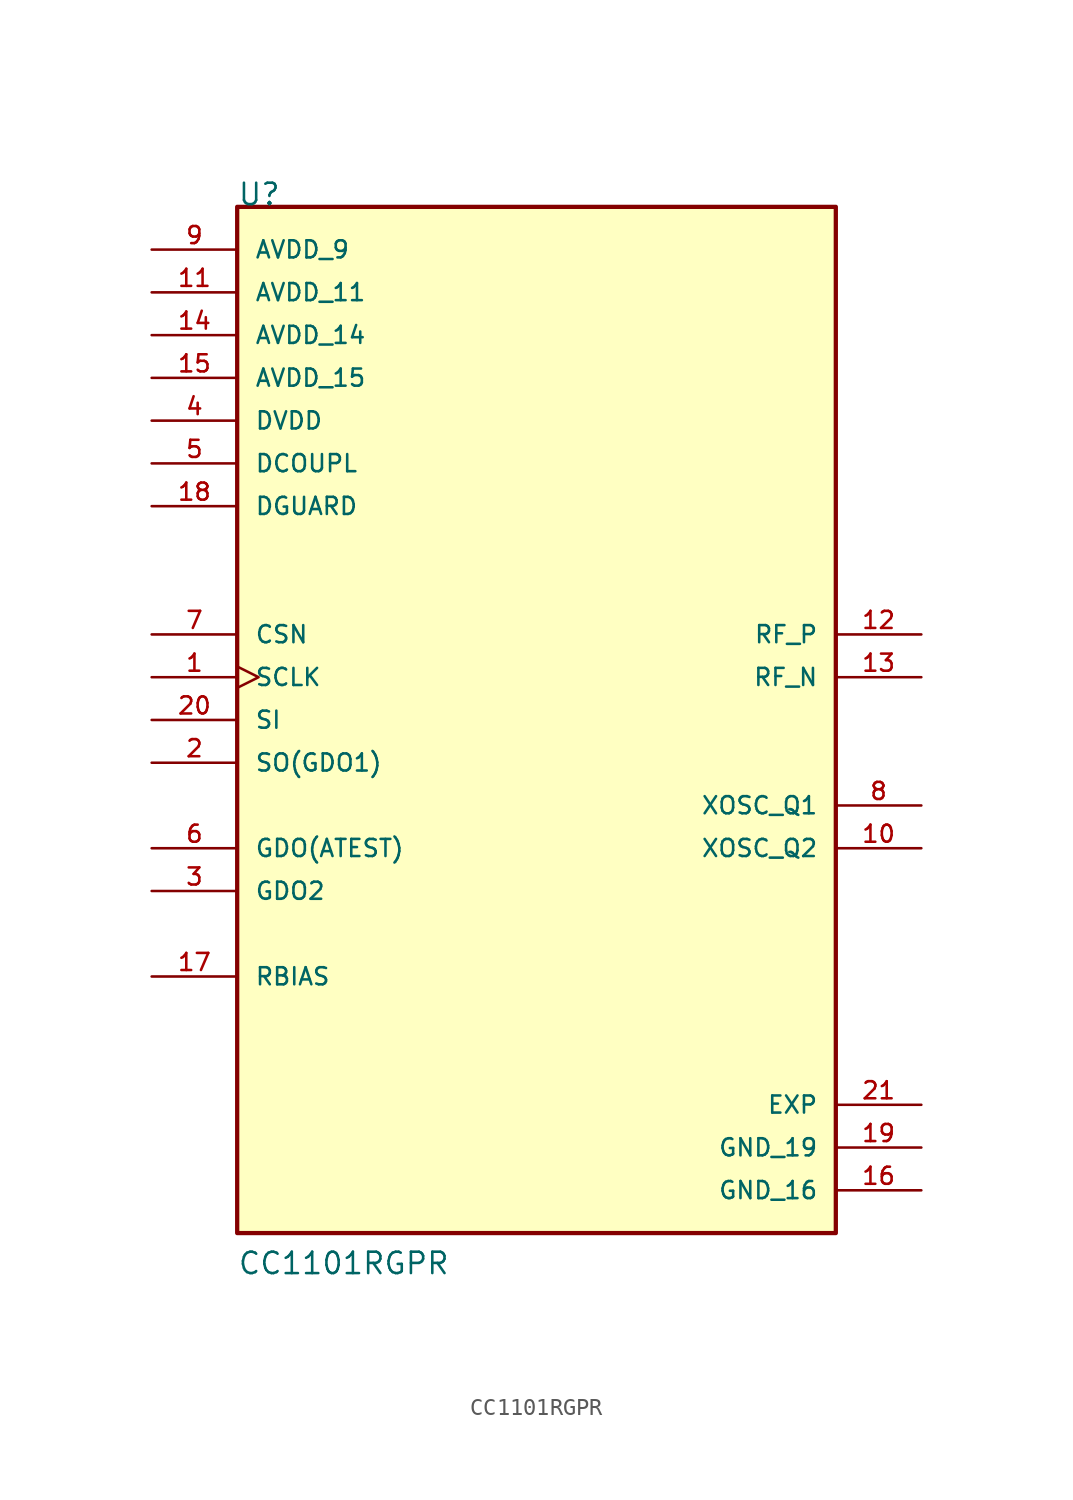
<source format=kicad_sym>
(kicad_symbol_lib
  (version 20231120)
  (generator "kicad_symbol_editor")
  (generator_version "8.0")
  (symbol "CC1101RGPR"
    (pin_names
      (offset 1.016))
    (property "Reference" "U"
      (at -17.78 30.48 0)
      (effects (font (size 1.27 1.27)) (justify left bottom)))
    (property "Value" "CC1101RGPR"
      (at -17.78 -33.02 0)
      (effects (font (size 1.27 1.27)) (justify left bottom)))
    (symbol "CC1101RGPR_0_0"
      (rectangle (start -17.78 -30.48) (end 17.78 30.48) (stroke (width 0.254) (type default)) (fill (type background)))
      (pin input clock (at -22.86 2.54 0) (length 5.08) (name "SCLK" (effects (font (size 1.016 1.016)))) (number "1" (effects (font (size 1.016 1.016)))))
      (pin bidirectional line (at 22.86 -7.62 180) (length 5.08) (name "XOSC_Q2" (effects (font (size 1.016 1.016)))) (number "10" (effects (font (size 1.016 1.016)))))
      (pin power_in line (at -22.86 25.4 0) (length 5.08) (name "AVDD_11" (effects (font (size 1.016 1.016)))) (number "11" (effects (font (size 1.016 1.016)))))
      (pin bidirectional line (at 22.86 5.08 180) (length 5.08) (name "RF_P" (effects (font (size 1.016 1.016)))) (number "12" (effects (font (size 1.016 1.016)))))
      (pin bidirectional line (at 22.86 2.54 180) (length 5.08) (name "RF_N" (effects (font (size 1.016 1.016)))) (number "13" (effects (font (size 1.016 1.016)))))
      (pin power_in line (at -22.86 22.86 0) (length 5.08) (name "AVDD_14" (effects (font (size 1.016 1.016)))) (number "14" (effects (font (size 1.016 1.016)))))
      (pin power_in line (at -22.86 20.32 0) (length 5.08) (name "AVDD_15" (effects (font (size 1.016 1.016)))) (number "15" (effects (font (size 1.016 1.016)))))
      (pin power_in line (at 22.86 -27.94 180) (length 5.08) (name "GND_16" (effects (font (size 1.016 1.016)))) (number "16" (effects (font (size 1.016 1.016)))))
      (pin bidirectional line (at -22.86 -15.24 0) (length 5.08) (name "RBIAS" (effects (font (size 1.016 1.016)))) (number "17" (effects (font (size 1.016 1.016)))))
      (pin power_in line (at -22.86 12.7 0) (length 5.08) (name "DGUARD" (effects (font (size 1.016 1.016)))) (number "18" (effects (font (size 1.016 1.016)))))
      (pin power_in line (at 22.86 -25.4 180) (length 5.08) (name "GND_19" (effects (font (size 1.016 1.016)))) (number "19" (effects (font (size 1.016 1.016)))))
      (pin output line (at -22.86 -2.54 0) (length 5.08) (name "SO(GDO1)" (effects (font (size 1.016 1.016)))) (number "2" (effects (font (size 1.016 1.016)))))
      (pin input line (at -22.86 0 0) (length 5.08) (name "SI" (effects (font (size 1.016 1.016)))) (number "20" (effects (font (size 1.016 1.016)))))
      (pin power_in line (at 22.86 -22.86 180) (length 5.08) (name "EXP" (effects (font (size 1.016 1.016)))) (number "21" (effects (font (size 1.016 1.016)))))
      (pin output line (at -22.86 -10.16 0) (length 5.08) (name "GDO2" (effects (font (size 1.016 1.016)))) (number "3" (effects (font (size 1.016 1.016)))))
      (pin power_in line (at -22.86 17.78 0) (length 5.08) (name "DVDD" (effects (font (size 1.016 1.016)))) (number "4" (effects (font (size 1.016 1.016)))))
      (pin power_in line (at -22.86 15.24 0) (length 5.08) (name "DCOUPL" (effects (font (size 1.016 1.016)))) (number "5" (effects (font (size 1.016 1.016)))))
      (pin bidirectional line (at -22.86 -7.62 0) (length 5.08) (name "GDO(ATEST)" (effects (font (size 1.016 1.016)))) (number "6" (effects (font (size 1.016 1.016)))))
      (pin input line (at -22.86 5.08 0) (length 5.08) (name "CSN" (effects (font (size 1.016 1.016)))) (number "7" (effects (font (size 1.016 1.016)))))
      (pin bidirectional line (at 22.86 -5.08 180) (length 5.08) (name "XOSC_Q1" (effects (font (size 1.016 1.016)))) (number "8" (effects (font (size 1.016 1.016)))))
      (pin power_in line (at -22.86 27.94 0) (length 5.08) (name "AVDD_9" (effects (font (size 1.016 1.016)))) (number "9" (effects (font (size 1.016 1.016))))))))
</source>
